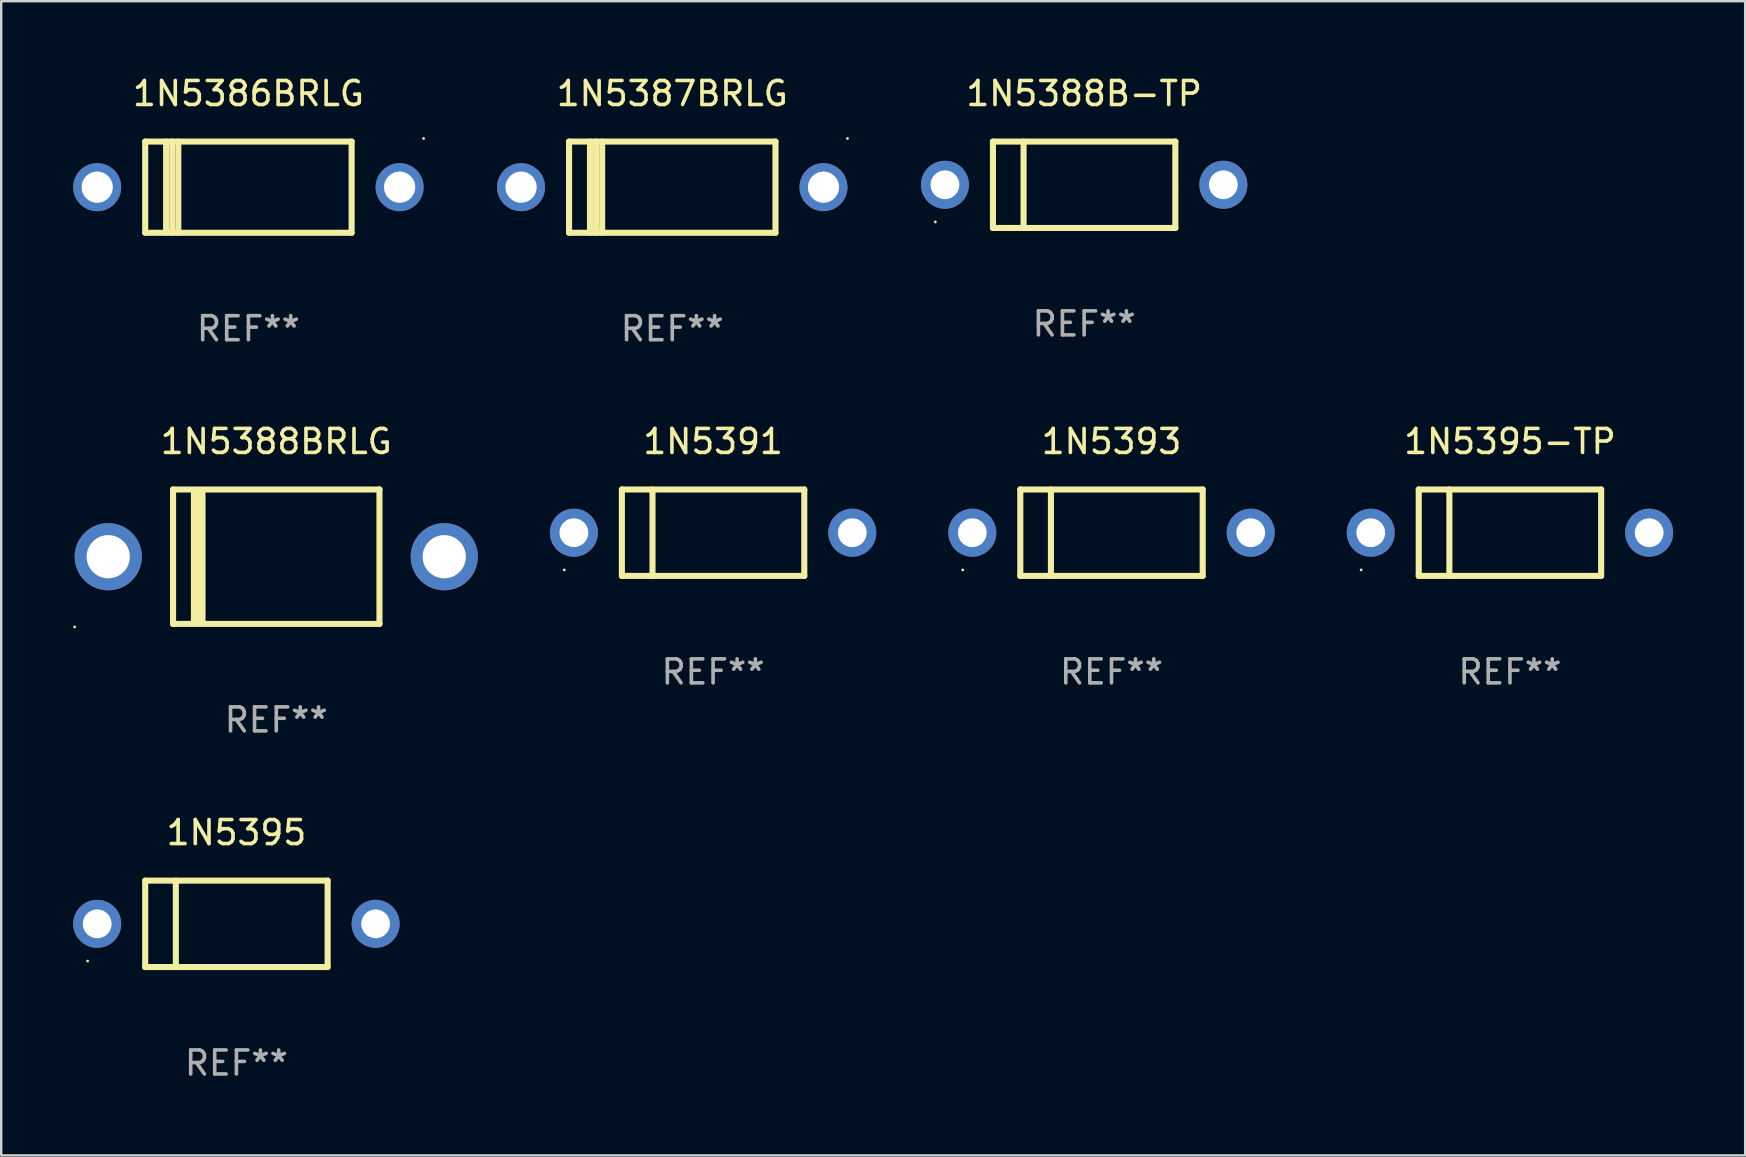
<source format=kicad_pcb>
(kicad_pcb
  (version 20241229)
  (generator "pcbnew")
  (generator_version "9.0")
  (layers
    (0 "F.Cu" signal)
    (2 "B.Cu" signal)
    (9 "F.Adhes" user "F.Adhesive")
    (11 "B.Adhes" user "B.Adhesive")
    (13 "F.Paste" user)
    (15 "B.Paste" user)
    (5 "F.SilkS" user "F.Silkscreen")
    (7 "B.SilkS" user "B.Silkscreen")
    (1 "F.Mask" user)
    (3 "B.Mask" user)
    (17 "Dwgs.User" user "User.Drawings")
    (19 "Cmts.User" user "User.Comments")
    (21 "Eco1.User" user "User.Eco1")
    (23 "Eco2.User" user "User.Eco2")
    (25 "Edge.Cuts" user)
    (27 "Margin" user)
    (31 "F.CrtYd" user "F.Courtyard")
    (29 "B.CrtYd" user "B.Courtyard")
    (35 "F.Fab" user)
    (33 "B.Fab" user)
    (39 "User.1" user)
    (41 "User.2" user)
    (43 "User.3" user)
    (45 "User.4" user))
  (footprint "1N5393"
    (layer "F.Cu")
    (at 43.26 19.145)
    (property "Reference" "1N5393" (at 0 -3.8 0) (layer "F.SilkS") (effects (font (size 1 1) (thickness 0.15))))
    (attr through_hole)
    (fp_line (start -3.8 -1.8) (end -3.8 1.8) (stroke (width 0.254) (type solid)) (layer "F.SilkS"))
    (fp_line (start -3.8 -1.8) (end 3.8 -1.8) (stroke (width 0.254) (type solid)) (layer "F.SilkS"))
    (fp_line (start -3.8 1.8) (end 3.8 1.8) (stroke (width 0.254) (type solid)) (layer "F.SilkS"))
    (fp_line (start -2.524 -1.8) (end -2.524 1.8) (stroke (width 0.254) (type solid)) (layer "F.SilkS"))
    (fp_line (start 3.8 -1.8) (end 3.8 1.8) (stroke (width 0.254) (type solid)) (layer "F.SilkS"))
    (fp_circle (center -6.2 1.55) (end -6.17 1.55) (stroke (width 0.06) (type solid)) (fill no) (layer "F.SilkS"))
    (fp_text user "REF**" (at 0 5.8 0) (layer "F.Fab") (effects (font (size 1 1) (thickness 0.15))))
    (pad "1" thru_hole circle (at -5.8 0) (size 2 2) (drill 1.2) (layers "*.Cu" "*.Mask"))
    (pad "2" thru_hole circle (at 5.8 0) (size 2 2) (drill 1.2) (layers "*.Cu" "*.Mask")))
  (footprint "1N5386BRLG"
    (layer "F.Cu")
    (at 7.3 4.748)
    (property "Reference" "1N5386BRLG" (at 0 -3.9 0) (layer "F.SilkS") (effects (font (size 1 1) (thickness 0.15))))
    (attr through_hole)
    (fp_line (start -4.3 -1.9) (end 4.3 -1.9) (stroke (width 0.254) (type solid)) (layer "F.SilkS"))
    (fp_line (start -4.3 1.9) (end -4.3 -1.9) (stroke (width 0.254) (type solid)) (layer "F.SilkS"))
    (fp_line (start -3.429 1.9) (end -3.429 -1.9) (stroke (width 0.254) (type solid)) (layer "F.SilkS"))
    (fp_line (start -3.175 1.9) (end -3.175 -1.9) (stroke (width 0.254) (type solid)) (layer "F.SilkS"))
    (fp_line (start -2.921 1.9) (end -2.921 -1.9) (stroke (width 0.254) (type solid)) (layer "F.SilkS"))
    (fp_line (start 4.3 -1.9) (end 4.3 1.9) (stroke (width 0.254) (type solid)) (layer "F.SilkS"))
    (fp_line (start 4.3 1.9) (end -4.3 1.9) (stroke (width 0.254) (type solid)) (layer "F.SilkS"))
    (fp_circle (center 7.3 -2.027) (end 7.33 -2.027) (stroke (width 0.06) (type solid)) (fill no) (layer "F.SilkS"))
    (fp_text user "REF**" (at 0 5.9 0) (layer "F.Fab") (effects (font (size 1 1) (thickness 0.15))))
    (pad "1" thru_hole circle (at 6.3 0) (size 2 2) (drill 1.3) (layers "*.Cu" "*.Mask"))
    (pad "2" thru_hole circle (at -6.3 0) (size 2 2) (drill 1.3) (layers "*.Cu" "*.Mask")))
  (footprint "1N5388BRLG"
    (layer "F.Cu")
    (at 8.46 20.145)
    (property "Reference" "1N5388BRLG" (at 0 -4.8 0) (layer "F.SilkS") (effects (font (size 1 1) (thickness 0.15))))
    (attr through_hole)
    (fp_line (start -4.3 -2.8) (end -4.3 2.8) (stroke (width 0.254) (type solid)) (layer "F.SilkS"))
    (fp_line (start -4.3 -2.8) (end 4.3 -2.8) (stroke (width 0.254) (type solid)) (layer "F.SilkS"))
    (fp_line (start -4.3 2.8) (end 4.3 2.8) (stroke (width 0.254) (type solid)) (layer "F.SilkS"))
    (fp_line (start -3.442 2.667) (end -3.442 -2.667) (stroke (width 0.229) (type solid)) (layer "F.SilkS"))
    (fp_line (start -3.315 2.667) (end -3.315 -2.667) (stroke (width 0.229) (type solid)) (layer "F.SilkS"))
    (fp_line (start -3.188 2.667) (end -3.188 -2.667) (stroke (width 0.229) (type solid)) (layer "F.SilkS"))
    (fp_line (start -3.061 2.667) (end -3.061 -2.667) (stroke (width 0.229) (type solid)) (layer "F.SilkS"))
    (fp_line (start 4.3 -2.8) (end 4.3 2.8) (stroke (width 0.254) (type solid)) (layer "F.SilkS"))
    (fp_circle (center -8.4 2.927) (end -8.37 2.927) (stroke (width 0.06) (type solid)) (fill no) (layer "F.SilkS"))
    (fp_text user "REF**" (at 0 6.8 0) (layer "F.Fab") (effects (font (size 1 1) (thickness 0.15))))
    (pad "1" thru_hole circle (at -7 0) (size 2.8 2.8) (drill 1.8) (layers "*.Cu" "*.Mask"))
    (pad "2" thru_hole circle (at 7 0) (size 2.8 2.8) (drill 1.8) (layers "*.Cu" "*.Mask")))
  (footprint "1N5391"
    (layer "F.Cu")
    (at 26.66 19.145)
    (property "Reference" "1N5391" (at 0 -3.8 0) (layer "F.SilkS") (effects (font (size 1 1) (thickness 0.15))))
    (attr through_hole)
    (fp_line (start -3.8 -1.8) (end -3.8 1.8) (stroke (width 0.254) (type solid)) (layer "F.SilkS"))
    (fp_line (start -3.8 -1.8) (end 3.8 -1.8) (stroke (width 0.254) (type solid)) (layer "F.SilkS"))
    (fp_line (start -3.8 1.8) (end 3.8 1.8) (stroke (width 0.254) (type solid)) (layer "F.SilkS"))
    (fp_line (start -2.524 -1.8) (end -2.524 1.8) (stroke (width 0.254) (type solid)) (layer "F.SilkS"))
    (fp_line (start 3.8 -1.8) (end 3.8 1.8) (stroke (width 0.254) (type solid)) (layer "F.SilkS"))
    (fp_circle (center -6.2 1.55) (end -6.17 1.55) (stroke (width 0.06) (type solid)) (fill no) (layer "F.SilkS"))
    (fp_text user "REF**" (at 0 5.8 0) (layer "F.Fab") (effects (font (size 1 1) (thickness 0.15))))
    (pad "1" thru_hole circle (at -5.8 0) (size 2 2) (drill 1.2) (layers "*.Cu" "*.Mask"))
    (pad "2" thru_hole circle (at 5.8 0) (size 2 2) (drill 1.2) (layers "*.Cu" "*.Mask")))
  (footprint "1N5395"
    (layer "F.Cu")
    (at 6.8 35.441)
    (property "Reference" "1N5395" (at 0 -3.8 0) (layer "F.SilkS") (effects (font (size 1 1) (thickness 0.15))))
    (attr through_hole)
    (fp_line (start -3.8 -1.8) (end -3.8 1.8) (stroke (width 0.254) (type solid)) (layer "F.SilkS"))
    (fp_line (start -3.8 -1.8) (end 3.8 -1.8) (stroke (width 0.254) (type solid)) (layer "F.SilkS"))
    (fp_line (start -3.8 1.8) (end 3.8 1.8) (stroke (width 0.254) (type solid)) (layer "F.SilkS"))
    (fp_line (start -2.524 -1.8) (end -2.524 1.8) (stroke (width 0.254) (type solid)) (layer "F.SilkS"))
    (fp_line (start 3.8 -1.8) (end 3.8 1.8) (stroke (width 0.254) (type solid)) (layer "F.SilkS"))
    (fp_circle (center -6.2 1.55) (end -6.17 1.55) (stroke (width 0.06) (type solid)) (fill no) (layer "F.SilkS"))
    (fp_text user "REF**" (at 0 5.8 0) (layer "F.Fab") (effects (font (size 1 1) (thickness 0.15))))
    (pad "1" thru_hole circle (at -5.8 0) (size 2 2) (drill 1.2) (layers "*.Cu" "*.Mask"))
    (pad "2" thru_hole circle (at 5.8 0) (size 2 2) (drill 1.2) (layers "*.Cu" "*.Mask")))
  (footprint "1N5387BRLG"
    (layer "F.Cu")
    (at 24.96 4.748)
    (property "Reference" "1N5387BRLG" (at 0 -3.9 0) (layer "F.SilkS") (effects (font (size 1 1) (thickness 0.15))))
    (attr through_hole)
    (fp_line (start -4.3 -1.9) (end 4.3 -1.9) (stroke (width 0.254) (type solid)) (layer "F.SilkS"))
    (fp_line (start -4.3 1.9) (end -4.3 -1.9) (stroke (width 0.254) (type solid)) (layer "F.SilkS"))
    (fp_line (start -3.429 1.9) (end -3.429 -1.9) (stroke (width 0.254) (type solid)) (layer "F.SilkS"))
    (fp_line (start -3.175 1.9) (end -3.175 -1.9) (stroke (width 0.254) (type solid)) (layer "F.SilkS"))
    (fp_line (start -2.921 1.9) (end -2.921 -1.9) (stroke (width 0.254) (type solid)) (layer "F.SilkS"))
    (fp_line (start 4.3 -1.9) (end 4.3 1.9) (stroke (width 0.254) (type solid)) (layer "F.SilkS"))
    (fp_line (start 4.3 1.9) (end -4.3 1.9) (stroke (width 0.254) (type solid)) (layer "F.SilkS"))
    (fp_circle (center 7.3 -2.027) (end 7.33 -2.027) (stroke (width 0.06) (type solid)) (fill no) (layer "F.SilkS"))
    (fp_text user "REF**" (at 0 5.9 0) (layer "F.Fab") (effects (font (size 1 1) (thickness 0.15))))
    (pad "1" thru_hole circle (at 6.3 0) (size 2 2) (drill 1.3) (layers "*.Cu" "*.Mask"))
    (pad "2" thru_hole circle (at -6.3 0) (size 2 2) (drill 1.3) (layers "*.Cu" "*.Mask")))
  (footprint "1N5395-TP"
    (layer "F.Cu")
    (at 59.861 19.145)
    (property "Reference" "1N5395-TP" (at 0 -3.8 0) (layer "F.SilkS") (effects (font (size 1 1) (thickness 0.15))))
    (attr through_hole)
    (fp_line (start -3.8 -1.8) (end -3.8 1.8) (stroke (width 0.254) (type solid)) (layer "F.SilkS"))
    (fp_line (start -3.8 -1.8) (end 3.8 -1.8) (stroke (width 0.254) (type solid)) (layer "F.SilkS"))
    (fp_line (start -3.8 1.8) (end 3.8 1.8) (stroke (width 0.254) (type solid)) (layer "F.SilkS"))
    (fp_line (start -2.524 -1.8) (end -2.524 1.8) (stroke (width 0.254) (type solid)) (layer "F.SilkS"))
    (fp_line (start 3.8 -1.8) (end 3.8 1.8) (stroke (width 0.254) (type solid)) (layer "F.SilkS"))
    (fp_circle (center -6.2 1.55) (end -6.17 1.55) (stroke (width 0.06) (type solid)) (fill no) (layer "F.SilkS"))
    (fp_text user "REF**" (at 0 5.8 0) (layer "F.Fab") (effects (font (size 1 1) (thickness 0.15))))
    (pad "1" thru_hole circle (at -5.8 0) (size 2 2) (drill 1.2) (layers "*.Cu" "*.Mask"))
    (pad "2" thru_hole circle (at 5.8 0) (size 2 2) (drill 1.2) (layers "*.Cu" "*.Mask")))
  (footprint "1N5388B-TP"
    (layer "F.Cu")
    (at 42.12 4.648)
    (property "Reference" "1N5388B-TP" (at 0 -3.8 0) (layer "F.SilkS") (effects (font (size 1 1) (thickness 0.15))))
    (attr through_hole)
    (fp_line (start -3.8 -1.8) (end -3.8 1.8) (stroke (width 0.254) (type solid)) (layer "F.SilkS"))
    (fp_line (start -3.8 -1.8) (end 3.8 -1.8) (stroke (width 0.254) (type solid)) (layer "F.SilkS"))
    (fp_line (start -3.8 1.8) (end 3.8 1.8) (stroke (width 0.254) (type solid)) (layer "F.SilkS"))
    (fp_line (start -2.524 -1.8) (end -2.524 1.8) (stroke (width 0.254) (type solid)) (layer "F.SilkS"))
    (fp_line (start 3.8 -1.8) (end 3.8 1.8) (stroke (width 0.254) (type solid)) (layer "F.SilkS"))
    (fp_circle (center -6.2 1.55) (end -6.17 1.55) (stroke (width 0.06) (type solid)) (fill no) (layer "F.SilkS"))
    (fp_text user "REF**" (at 0 5.8 0) (layer "F.Fab") (effects (font (size 1 1) (thickness 0.15))))
    (pad "1" thru_hole circle (at -5.8 0) (size 2 2) (drill 1.2) (layers "*.Cu" "*.Mask"))
    (pad "2" thru_hole circle (at 5.8 0) (size 2 2) (drill 1.2) (layers "*.Cu" "*.Mask")))
  (gr_rect
    (start -3 -3)
    (end 69.661 45.09)
    (stroke (width 0.1) (type default))
    (fill no)
    (layer "Edge.Cuts")))
</source>
